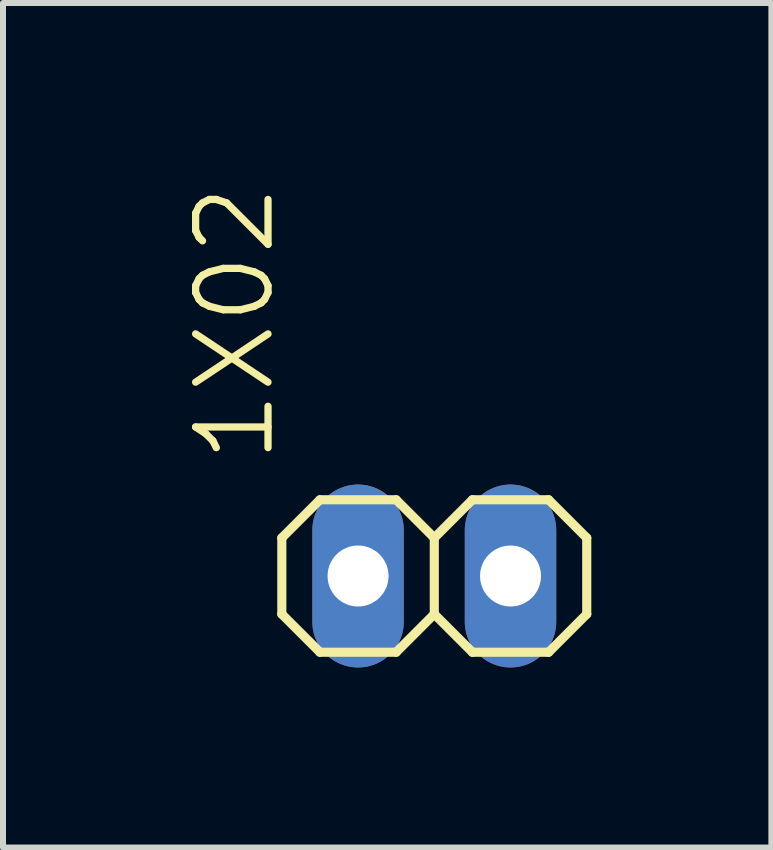
<source format=kicad_pcb>
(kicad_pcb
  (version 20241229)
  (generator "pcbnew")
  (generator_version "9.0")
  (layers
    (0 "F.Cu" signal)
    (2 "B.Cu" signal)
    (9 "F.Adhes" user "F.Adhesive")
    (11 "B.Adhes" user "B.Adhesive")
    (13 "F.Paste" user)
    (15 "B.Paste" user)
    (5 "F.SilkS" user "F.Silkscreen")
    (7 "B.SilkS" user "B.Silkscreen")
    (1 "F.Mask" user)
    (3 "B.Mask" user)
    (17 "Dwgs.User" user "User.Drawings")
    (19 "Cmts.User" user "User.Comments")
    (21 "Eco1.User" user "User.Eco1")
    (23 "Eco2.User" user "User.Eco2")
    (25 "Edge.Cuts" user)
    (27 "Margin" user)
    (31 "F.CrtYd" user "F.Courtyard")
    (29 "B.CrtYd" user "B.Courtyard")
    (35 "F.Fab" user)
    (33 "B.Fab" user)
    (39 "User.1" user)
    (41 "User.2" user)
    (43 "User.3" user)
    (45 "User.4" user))
  (footprint "1X02"
    (layer "F.Cu")
    (at 4.185 6.546)
    (property "Reference" "1X02" (at -2.616 -1.829 90) (layer "F.SilkS") (effects (font (size 1.206 1.206) (thickness 0.121)) (justify left bottom)))
    (attr through_hole)
    (fp_line (start -2.54 -0.635) (end -2.54 0.635) (stroke (width 0.152) (type solid)) (layer "F.SilkS"))
    (fp_line (start -2.54 0.635) (end -1.905 1.27) (stroke (width 0.152) (type solid)) (layer "F.SilkS"))
    (fp_line (start -1.905 -1.27) (end -2.54 -0.635) (stroke (width 0.152) (type solid)) (layer "F.SilkS"))
    (fp_line (start -1.905 -1.27) (end -0.635 -1.27) (stroke (width 0.152) (type solid)) (layer "F.SilkS"))
    (fp_line (start -0.635 -1.27) (end 0 -0.635) (stroke (width 0.152) (type solid)) (layer "F.SilkS"))
    (fp_line (start -0.635 1.27) (end -1.905 1.27) (stroke (width 0.152) (type solid)) (layer "F.SilkS"))
    (fp_line (start 0 -0.635) (end 0 0.635) (stroke (width 0.152) (type solid)) (layer "F.SilkS"))
    (fp_line (start 0 -0.635) (end 0.635 -1.27) (stroke (width 0.152) (type solid)) (layer "F.SilkS"))
    (fp_line (start 0 0.635) (end -0.635 1.27) (stroke (width 0.152) (type solid)) (layer "F.SilkS"))
    (fp_line (start 0.635 -1.27) (end 1.905 -1.27) (stroke (width 0.152) (type solid)) (layer "F.SilkS"))
    (fp_line (start 0.635 1.27) (end 0 0.635) (stroke (width 0.152) (type solid)) (layer "F.SilkS"))
    (fp_line (start 1.905 -1.27) (end 2.54 -0.635) (stroke (width 0.152) (type solid)) (layer "F.SilkS"))
    (fp_line (start 1.905 1.27) (end 0.635 1.27) (stroke (width 0.152) (type solid)) (layer "F.SilkS"))
    (fp_line (start 2.54 -0.635) (end 2.54 0.635) (stroke (width 0.152) (type solid)) (layer "F.SilkS"))
    (fp_line (start 2.54 0.635) (end 1.905 1.27) (stroke (width 0.152) (type solid)) (layer "F.SilkS"))
    (fp_poly (pts (xy -1.524 0.254) (xy -1.016 0.254) (xy -1.016 -0.254) (xy -1.524 -0.254)) (stroke (width 0.1) (type solid)) (fill no) (layer "F.Fab"))
    (fp_poly (pts (xy 1.016 0.254) (xy 1.524 0.254) (xy 1.524 -0.254) (xy 1.016 -0.254)) (stroke (width 0.1) (type solid)) (fill no) (layer "F.Fab"))
    (pad "1" thru_hole oval (at -1.27 0 90) (size 3.048 1.524) (drill 1.016) (layers "*.Cu" "*.Mask"))
    (pad "2" thru_hole oval (at 1.27 0 90) (size 3.048 1.524) (drill 1.016) (layers "*.Cu" "*.Mask")))
  (gr_rect
    (start -3 -3)
    (end 9.801 11.07)
    (stroke (width 0.1) (type default))
    (fill no)
    (layer "Edge.Cuts")))
</source>
